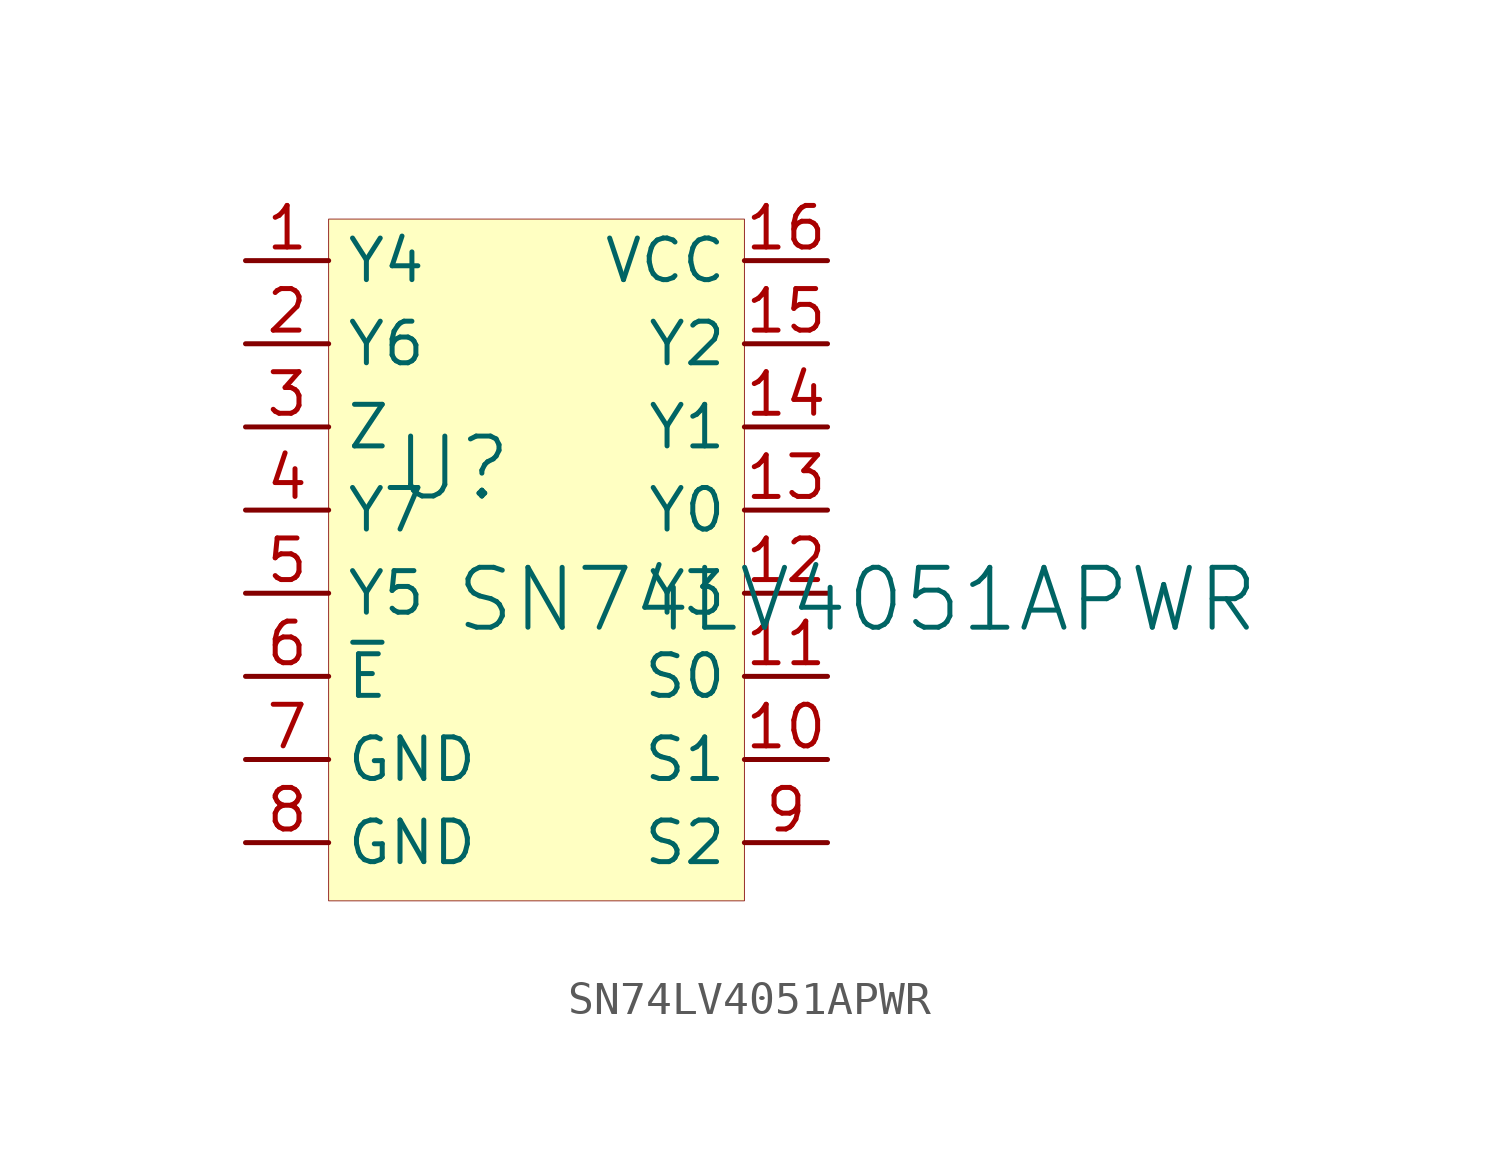
<source format=kicad_sym>
(kicad_symbol_lib
  (version 20241209)
  (generator "kicad_symbol_editor")
  (generator_version "9.0")
  (symbol "SN74LV4051APWR"
    (property "Reference" "U"
      (at -1.27 1.27 0)
      (effects (font (size 1.829 1.829))))
    (property "Value" "SN74LV4051APWR"
      (at -1.27 -3.81 0)
      (effects (font (size 1.829 1.829)) (justify left bottom)))
    (symbol "SN74LV4051APWR_1_0"
      (rectangle (start 7.62 8.89) (end -5.08 -11.938) (stroke (width 0.025) (type solid) (color 128 0 0 1)) (fill (type background)))
      (pin passive line (at -7.62 7.62 0) (length 2.54) (name "Y4" (effects (font (size 1.27 1.27)))) (number "1" (effects (font (size 1.27 1.27)))))
      (pin passive line (at -7.62 5.08 0) (length 2.54) (name "Y6" (effects (font (size 1.27 1.27)))) (number "2" (effects (font (size 1.27 1.27)))))
      (pin passive line (at -7.62 2.54 0) (length 2.54) (name "Z" (effects (font (size 1.27 1.27)))) (number "3" (effects (font (size 1.27 1.27)))))
      (pin passive line (at -7.62 0 0) (length 2.54) (name "Y7" (effects (font (size 1.27 1.27)))) (number "4" (effects (font (size 1.27 1.27)))))
      (pin passive line (at -7.62 -2.54 0) (length 2.54) (name "Y5" (effects (font (size 1.27 1.27)))) (number "5" (effects (font (size 1.27 1.27)))))
      (pin passive line (at -7.62 -5.08 0) (length 2.54) (name "~{E}" (effects (font (size 1.27 1.27)))) (number "6" (effects (font (size 1.27 1.27)))))
      (pin passive line (at -7.62 -7.62 0) (length 2.54) (name "GND" (effects (font (size 1.27 1.27)))) (number "7" (effects (font (size 1.27 1.27)))))
      (pin passive line (at -7.62 -10.16 0) (length 2.54) (name "GND" (effects (font (size 1.27 1.27)))) (number "8" (effects (font (size 1.27 1.27)))))
      (pin passive line (at 10.16 7.62 180) (length 2.54) (name "VCC" (effects (font (size 1.27 1.27)))) (number "16" (effects (font (size 1.27 1.27)))))
      (pin passive line (at 10.16 5.08 180) (length 2.54) (name "Y2" (effects (font (size 1.27 1.27)))) (number "15" (effects (font (size 1.27 1.27)))))
      (pin passive line (at 10.16 2.54 180) (length 2.54) (name "Y1" (effects (font (size 1.27 1.27)))) (number "14" (effects (font (size 1.27 1.27)))))
      (pin passive line (at 10.16 0 180) (length 2.54) (name "Y0" (effects (font (size 1.27 1.27)))) (number "13" (effects (font (size 1.27 1.27)))))
      (pin passive line (at 10.16 -2.54 180) (length 2.54) (name "Y3" (effects (font (size 1.27 1.27)))) (number "12" (effects (font (size 1.27 1.27)))))
      (pin passive line (at 10.16 -5.08 180) (length 2.54) (name "S0" (effects (font (size 1.27 1.27)))) (number "11" (effects (font (size 1.27 1.27)))))
      (pin passive line (at 10.16 -7.62 180) (length 2.54) (name "S1" (effects (font (size 1.27 1.27)))) (number "10" (effects (font (size 1.27 1.27)))))
      (pin passive line (at 10.16 -10.16 180) (length 2.54) (name "S2" (effects (font (size 1.27 1.27)))) (number "9" (effects (font (size 1.27 1.27))))))))
</source>
